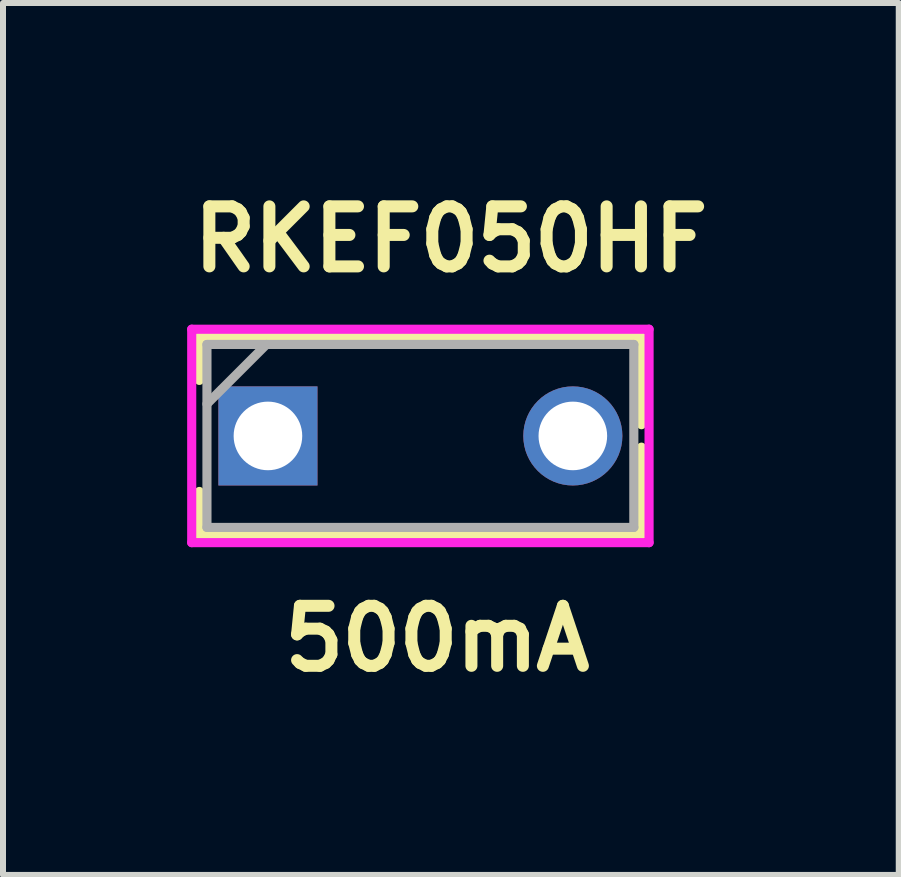
<source format=kicad_pcb>
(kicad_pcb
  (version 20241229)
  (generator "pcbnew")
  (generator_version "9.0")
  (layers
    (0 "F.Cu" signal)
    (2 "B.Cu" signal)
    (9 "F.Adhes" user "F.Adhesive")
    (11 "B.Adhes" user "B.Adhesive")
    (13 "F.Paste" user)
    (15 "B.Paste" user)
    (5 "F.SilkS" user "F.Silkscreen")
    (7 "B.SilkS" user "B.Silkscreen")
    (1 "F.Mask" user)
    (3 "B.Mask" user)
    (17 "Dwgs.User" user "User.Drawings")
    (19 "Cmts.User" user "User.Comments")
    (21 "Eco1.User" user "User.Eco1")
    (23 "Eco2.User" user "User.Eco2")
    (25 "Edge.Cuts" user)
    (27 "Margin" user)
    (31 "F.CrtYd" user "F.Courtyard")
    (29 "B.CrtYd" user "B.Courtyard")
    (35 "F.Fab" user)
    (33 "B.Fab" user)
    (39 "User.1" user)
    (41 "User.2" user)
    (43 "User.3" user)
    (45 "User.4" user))
  (footprint "RKEF050HF"
    (layer "F.Cu")
    (at 1.414 4.213)
    (property "Reference" "RKEF050HF" (at 3.048 -3.277 0) (layer "F.SilkS") (effects (font (size 1 1) (thickness 0.2))))
    (attr through_hole)
    (fp_line (start -1.143 -1.651) (end -1.143 -0.925) (stroke (width 0.152) (type solid)) (layer "F.SilkS"))
    (fp_line (start -1.143 0.925) (end -1.143 1.651) (stroke (width 0.152) (type solid)) (layer "F.SilkS"))
    (fp_line (start -1.143 1.651) (end 6.223 1.651) (stroke (width 0.152) (type solid)) (layer "F.SilkS"))
    (fp_line (start 6.223 -1.651) (end -1.143 -1.651) (stroke (width 0.152) (type solid)) (layer "F.SilkS"))
    (fp_line (start 6.223 -0.187) (end 6.223 -1.651) (stroke (width 0.152) (type solid)) (layer "F.SilkS"))
    (fp_line (start 6.223 1.651) (end 6.223 0.187) (stroke (width 0.152) (type solid)) (layer "F.SilkS"))
    (fp_line (start -1.27 -1.778) (end 6.35 -1.778) (stroke (width 0.152) (type solid)) (layer "F.CrtYd"))
    (fp_line (start -1.27 1.778) (end -1.27 -1.778) (stroke (width 0.152) (type solid)) (layer "F.CrtYd"))
    (fp_line (start 6.35 -1.778) (end 6.35 1.778) (stroke (width 0.152) (type solid)) (layer "F.CrtYd"))
    (fp_line (start 6.35 1.778) (end -1.27 1.778) (stroke (width 0.152) (type solid)) (layer "F.CrtYd"))
    (fp_line (start -1.016 -1.524) (end -1.016 1.524) (stroke (width 0.152) (type solid)) (layer "F.Fab"))
    (fp_line (start -1.016 -0.533) (end -0.025 -1.524) (stroke (width 0.152) (type solid)) (layer "F.Fab"))
    (fp_line (start -1.016 1.524) (end 6.096 1.524) (stroke (width 0.152) (type solid)) (layer "F.Fab"))
    (fp_line (start 6.096 -1.524) (end -1.016 -1.524) (stroke (width 0.152) (type solid)) (layer "F.Fab"))
    (fp_line (start 6.096 1.524) (end 6.096 -1.524) (stroke (width 0.152) (type solid)) (layer "F.Fab"))
    (fp_text user "500mA" (at 2.819 3.378 0) (unlocked yes) (layer "F.SilkS") (effects (font (size 1 1) (thickness 0.2))))
    (pad "1" thru_hole rect (at 0 0) (size 1.651 1.651) (drill 1.143) (layers "*.Cu" "*.Mask"))
    (pad "2" thru_hole circle (at 5.08 0) (size 1.651 1.651) (drill 1.143) (layers "*.Cu" "*.Mask")))
  (gr_rect
    (start -3 -3)
    (end 11.924 11.527)
    (stroke (width 0.1) (type default))
    (fill no)
    (layer "Edge.Cuts")))
</source>
